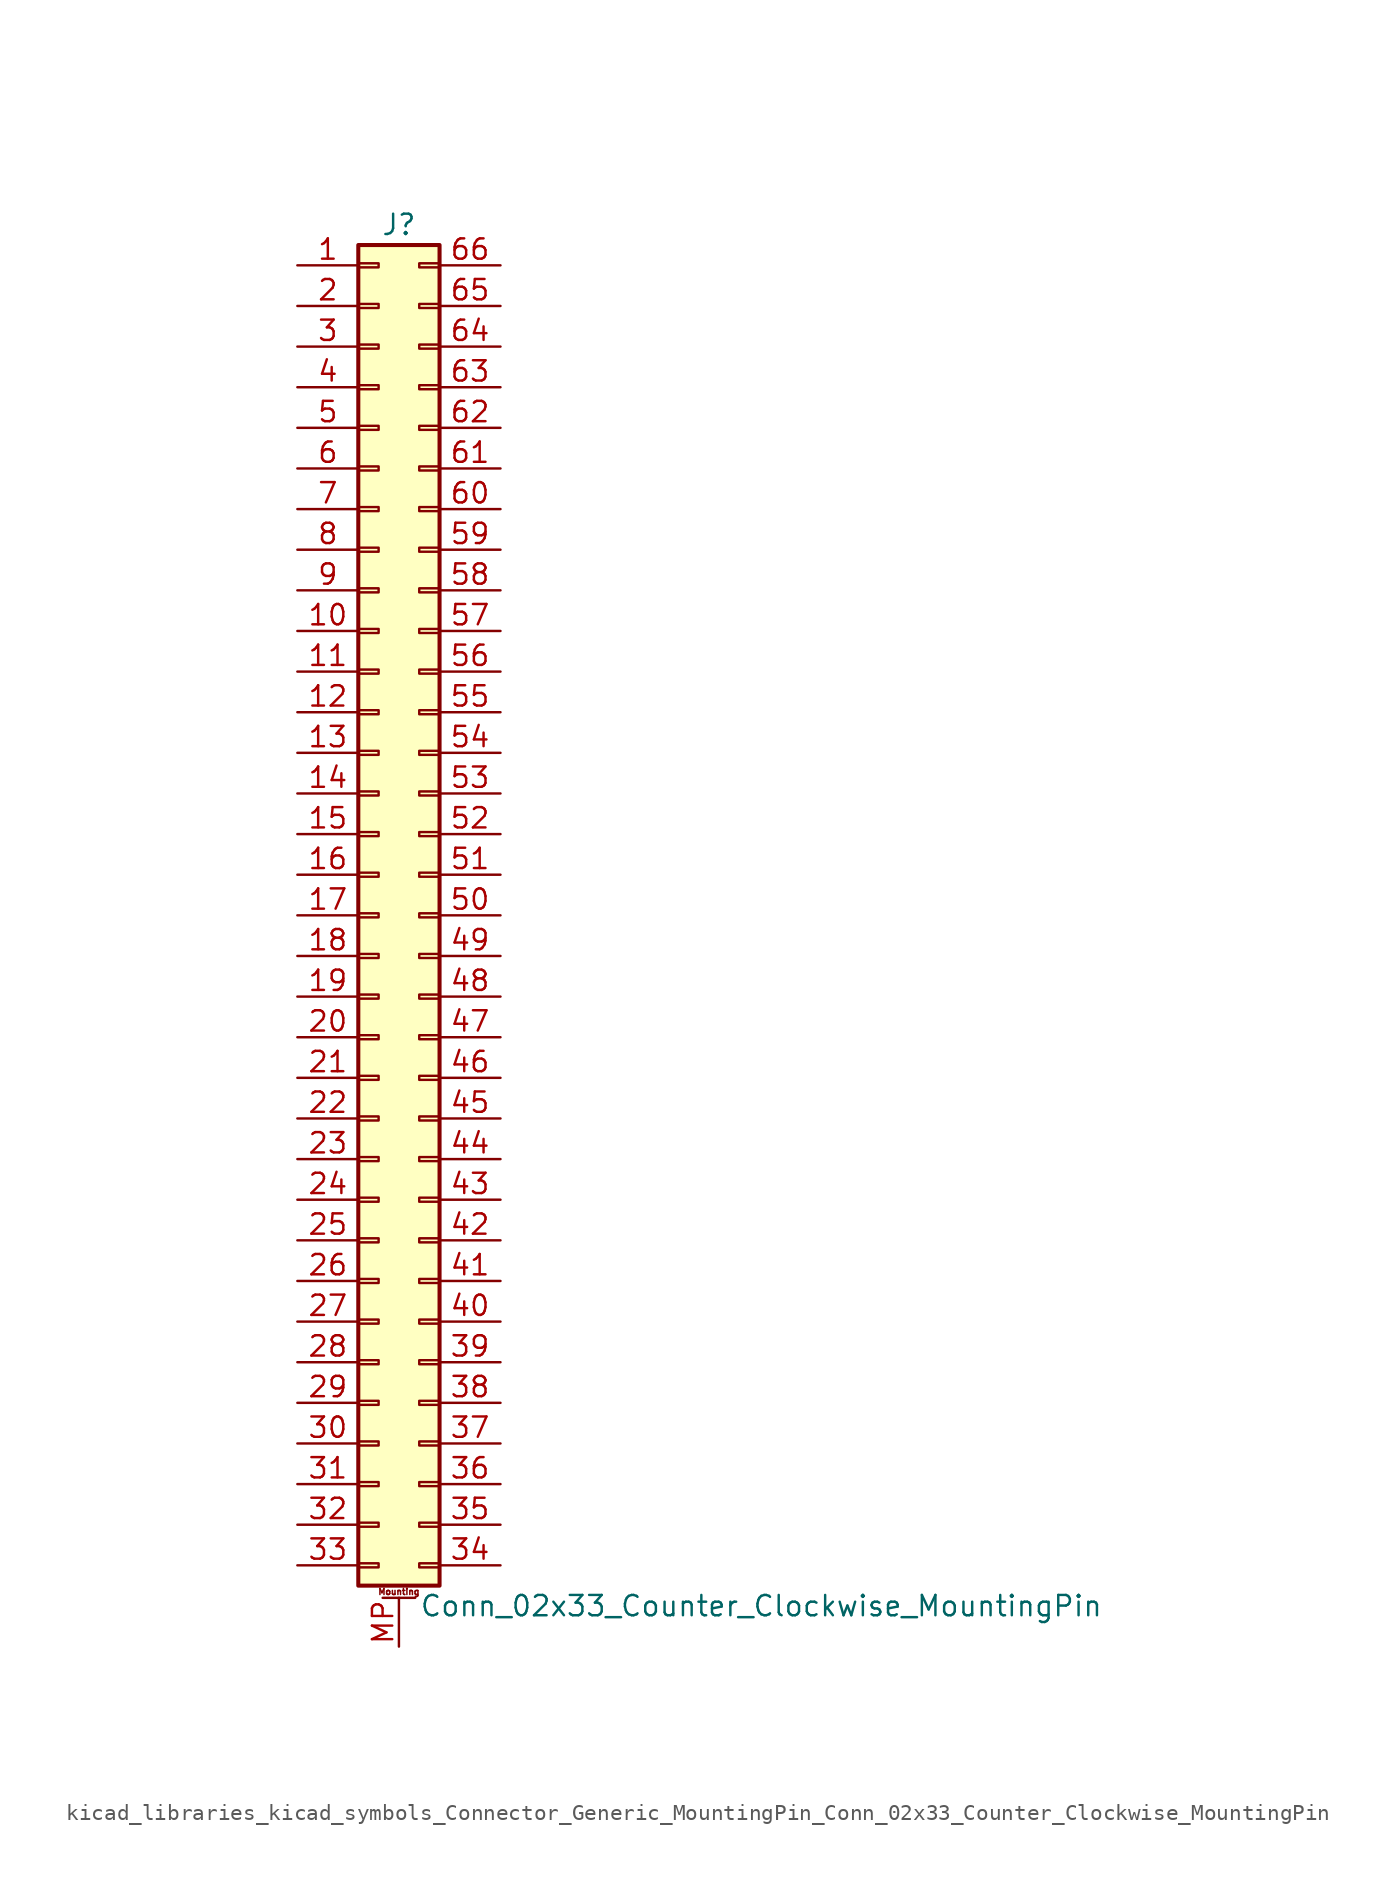
<source format=kicad_sym>
(kicad_symbol_lib
  (version 20220914)
  (generator kicad_symbol_editor)
  (symbol "kicad_libraries_kicad_symbols_Connector_Generic_MountingPin_Conn_02x33_Counter_Clockwise_MountingPin"
    (pin_names
      (offset 1.016) hide)
    (property "Reference" "J"
      (at 1.27 43.18 0)
      (effects (font (size 1.27 1.27))))
    (property "Value" "Conn_02x33_Counter_Clockwise_MountingPin"
      (at 2.54 -43.18 0)
      (effects (font (size 1.27 1.27)) (justify left)))
    (symbol "kicad_libraries_kicad_symbols_Connector_Generic_MountingPin_Conn_02x33_Counter_Clockwise_MountingPin_1_1"
      (rectangle (start -1.27 -40.513) (end 0 -40.767) (stroke (width 0.152) (type default)) (fill (type none)))
      (rectangle (start -1.27 -37.973) (end 0 -38.227) (stroke (width 0.152) (type default)) (fill (type none)))
      (rectangle (start -1.27 -35.433) (end 0 -35.687) (stroke (width 0.152) (type default)) (fill (type none)))
      (rectangle (start -1.27 -32.893) (end 0 -33.147) (stroke (width 0.152) (type default)) (fill (type none)))
      (rectangle (start -1.27 -30.353) (end 0 -30.607) (stroke (width 0.152) (type default)) (fill (type none)))
      (rectangle (start -1.27 -27.813) (end 0 -28.067) (stroke (width 0.152) (type default)) (fill (type none)))
      (rectangle (start -1.27 -25.273) (end 0 -25.527) (stroke (width 0.152) (type default)) (fill (type none)))
      (rectangle (start -1.27 -22.733) (end 0 -22.987) (stroke (width 0.152) (type default)) (fill (type none)))
      (rectangle (start -1.27 -20.193) (end 0 -20.447) (stroke (width 0.152) (type default)) (fill (type none)))
      (rectangle (start -1.27 -17.653) (end 0 -17.907) (stroke (width 0.152) (type default)) (fill (type none)))
      (rectangle (start -1.27 -15.113) (end 0 -15.367) (stroke (width 0.152) (type default)) (fill (type none)))
      (rectangle (start -1.27 -12.573) (end 0 -12.827) (stroke (width 0.152) (type default)) (fill (type none)))
      (rectangle (start -1.27 -10.033) (end 0 -10.287) (stroke (width 0.152) (type default)) (fill (type none)))
      (rectangle (start -1.27 -7.493) (end 0 -7.747) (stroke (width 0.152) (type default)) (fill (type none)))
      (rectangle (start -1.27 -4.953) (end 0 -5.207) (stroke (width 0.152) (type default)) (fill (type none)))
      (rectangle (start -1.27 -2.413) (end 0 -2.667) (stroke (width 0.152) (type default)) (fill (type none)))
      (rectangle (start -1.27 0.127) (end 0 -0.127) (stroke (width 0.152) (type default)) (fill (type none)))
      (rectangle (start -1.27 2.667) (end 0 2.413) (stroke (width 0.152) (type default)) (fill (type none)))
      (rectangle (start -1.27 5.207) (end 0 4.953) (stroke (width 0.152) (type default)) (fill (type none)))
      (rectangle (start -1.27 7.747) (end 0 7.493) (stroke (width 0.152) (type default)) (fill (type none)))
      (rectangle (start -1.27 10.287) (end 0 10.033) (stroke (width 0.152) (type default)) (fill (type none)))
      (rectangle (start -1.27 12.827) (end 0 12.573) (stroke (width 0.152) (type default)) (fill (type none)))
      (rectangle (start -1.27 15.367) (end 0 15.113) (stroke (width 0.152) (type default)) (fill (type none)))
      (rectangle (start -1.27 17.907) (end 0 17.653) (stroke (width 0.152) (type default)) (fill (type none)))
      (rectangle (start -1.27 20.447) (end 0 20.193) (stroke (width 0.152) (type default)) (fill (type none)))
      (rectangle (start -1.27 22.987) (end 0 22.733) (stroke (width 0.152) (type default)) (fill (type none)))
      (rectangle (start -1.27 25.527) (end 0 25.273) (stroke (width 0.152) (type default)) (fill (type none)))
      (rectangle (start -1.27 28.067) (end 0 27.813) (stroke (width 0.152) (type default)) (fill (type none)))
      (rectangle (start -1.27 30.607) (end 0 30.353) (stroke (width 0.152) (type default)) (fill (type none)))
      (rectangle (start -1.27 33.147) (end 0 32.893) (stroke (width 0.152) (type default)) (fill (type none)))
      (rectangle (start -1.27 35.687) (end 0 35.433) (stroke (width 0.152) (type default)) (fill (type none)))
      (rectangle (start -1.27 38.227) (end 0 37.973) (stroke (width 0.152) (type default)) (fill (type none)))
      (rectangle (start -1.27 40.767) (end 0 40.513) (stroke (width 0.152) (type default)) (fill (type none)))
      (rectangle (start -1.27 41.91) (end 3.81 -41.91) (stroke (width 0.254) (type default)) (fill (type background)))
      (polyline (pts (xy 0.254 -42.672) (xy 2.286 -42.672)) (stroke (width 0.152) (type default)) (fill (type none)))
      (rectangle (start 3.81 -40.513) (end 2.54 -40.767) (stroke (width 0.152) (type default)) (fill (type none)))
      (rectangle (start 3.81 -37.973) (end 2.54 -38.227) (stroke (width 0.152) (type default)) (fill (type none)))
      (rectangle (start 3.81 -35.433) (end 2.54 -35.687) (stroke (width 0.152) (type default)) (fill (type none)))
      (rectangle (start 3.81 -32.893) (end 2.54 -33.147) (stroke (width 0.152) (type default)) (fill (type none)))
      (rectangle (start 3.81 -30.353) (end 2.54 -30.607) (stroke (width 0.152) (type default)) (fill (type none)))
      (rectangle (start 3.81 -27.813) (end 2.54 -28.067) (stroke (width 0.152) (type default)) (fill (type none)))
      (rectangle (start 3.81 -25.273) (end 2.54 -25.527) (stroke (width 0.152) (type default)) (fill (type none)))
      (rectangle (start 3.81 -22.733) (end 2.54 -22.987) (stroke (width 0.152) (type default)) (fill (type none)))
      (rectangle (start 3.81 -20.193) (end 2.54 -20.447) (stroke (width 0.152) (type default)) (fill (type none)))
      (rectangle (start 3.81 -17.653) (end 2.54 -17.907) (stroke (width 0.152) (type default)) (fill (type none)))
      (rectangle (start 3.81 -15.113) (end 2.54 -15.367) (stroke (width 0.152) (type default)) (fill (type none)))
      (rectangle (start 3.81 -12.573) (end 2.54 -12.827) (stroke (width 0.152) (type default)) (fill (type none)))
      (rectangle (start 3.81 -10.033) (end 2.54 -10.287) (stroke (width 0.152) (type default)) (fill (type none)))
      (rectangle (start 3.81 -7.493) (end 2.54 -7.747) (stroke (width 0.152) (type default)) (fill (type none)))
      (rectangle (start 3.81 -4.953) (end 2.54 -5.207) (stroke (width 0.152) (type default)) (fill (type none)))
      (rectangle (start 3.81 -2.413) (end 2.54 -2.667) (stroke (width 0.152) (type default)) (fill (type none)))
      (rectangle (start 3.81 0.127) (end 2.54 -0.127) (stroke (width 0.152) (type default)) (fill (type none)))
      (rectangle (start 3.81 2.667) (end 2.54 2.413) (stroke (width 0.152) (type default)) (fill (type none)))
      (rectangle (start 3.81 5.207) (end 2.54 4.953) (stroke (width 0.152) (type default)) (fill (type none)))
      (rectangle (start 3.81 7.747) (end 2.54 7.493) (stroke (width 0.152) (type default)) (fill (type none)))
      (rectangle (start 3.81 10.287) (end 2.54 10.033) (stroke (width 0.152) (type default)) (fill (type none)))
      (rectangle (start 3.81 12.827) (end 2.54 12.573) (stroke (width 0.152) (type default)) (fill (type none)))
      (rectangle (start 3.81 15.367) (end 2.54 15.113) (stroke (width 0.152) (type default)) (fill (type none)))
      (rectangle (start 3.81 17.907) (end 2.54 17.653) (stroke (width 0.152) (type default)) (fill (type none)))
      (rectangle (start 3.81 20.447) (end 2.54 20.193) (stroke (width 0.152) (type default)) (fill (type none)))
      (rectangle (start 3.81 22.987) (end 2.54 22.733) (stroke (width 0.152) (type default)) (fill (type none)))
      (rectangle (start 3.81 25.527) (end 2.54 25.273) (stroke (width 0.152) (type default)) (fill (type none)))
      (rectangle (start 3.81 28.067) (end 2.54 27.813) (stroke (width 0.152) (type default)) (fill (type none)))
      (rectangle (start 3.81 30.607) (end 2.54 30.353) (stroke (width 0.152) (type default)) (fill (type none)))
      (rectangle (start 3.81 33.147) (end 2.54 32.893) (stroke (width 0.152) (type default)) (fill (type none)))
      (rectangle (start 3.81 35.687) (end 2.54 35.433) (stroke (width 0.152) (type default)) (fill (type none)))
      (rectangle (start 3.81 38.227) (end 2.54 37.973) (stroke (width 0.152) (type default)) (fill (type none)))
      (rectangle (start 3.81 40.767) (end 2.54 40.513) (stroke (width 0.152) (type default)) (fill (type none)))
      (text "Mounting" (at 1.27 -42.291 0) (effects (font (size 0.381 0.381))))
      (pin passive line (at -5.08 40.64 0) (length 3.81) (name "Pin_1" (effects (font (size 1.27 1.27)))) (number "1" (effects (font (size 1.27 1.27)))))
      (pin passive line (at -5.08 17.78 0) (length 3.81) (name "Pin_10" (effects (font (size 1.27 1.27)))) (number "10" (effects (font (size 1.27 1.27)))))
      (pin passive line (at -5.08 15.24 0) (length 3.81) (name "Pin_11" (effects (font (size 1.27 1.27)))) (number "11" (effects (font (size 1.27 1.27)))))
      (pin passive line (at -5.08 12.7 0) (length 3.81) (name "Pin_12" (effects (font (size 1.27 1.27)))) (number "12" (effects (font (size 1.27 1.27)))))
      (pin passive line (at -5.08 10.16 0) (length 3.81) (name "Pin_13" (effects (font (size 1.27 1.27)))) (number "13" (effects (font (size 1.27 1.27)))))
      (pin passive line (at -5.08 7.62 0) (length 3.81) (name "Pin_14" (effects (font (size 1.27 1.27)))) (number "14" (effects (font (size 1.27 1.27)))))
      (pin passive line (at -5.08 5.08 0) (length 3.81) (name "Pin_15" (effects (font (size 1.27 1.27)))) (number "15" (effects (font (size 1.27 1.27)))))
      (pin passive line (at -5.08 2.54 0) (length 3.81) (name "Pin_16" (effects (font (size 1.27 1.27)))) (number "16" (effects (font (size 1.27 1.27)))))
      (pin passive line (at -5.08 0 0) (length 3.81) (name "Pin_17" (effects (font (size 1.27 1.27)))) (number "17" (effects (font (size 1.27 1.27)))))
      (pin passive line (at -5.08 -2.54 0) (length 3.81) (name "Pin_18" (effects (font (size 1.27 1.27)))) (number "18" (effects (font (size 1.27 1.27)))))
      (pin passive line (at -5.08 -5.08 0) (length 3.81) (name "Pin_19" (effects (font (size 1.27 1.27)))) (number "19" (effects (font (size 1.27 1.27)))))
      (pin passive line (at -5.08 38.1 0) (length 3.81) (name "Pin_2" (effects (font (size 1.27 1.27)))) (number "2" (effects (font (size 1.27 1.27)))))
      (pin passive line (at -5.08 -7.62 0) (length 3.81) (name "Pin_20" (effects (font (size 1.27 1.27)))) (number "20" (effects (font (size 1.27 1.27)))))
      (pin passive line (at -5.08 -10.16 0) (length 3.81) (name "Pin_21" (effects (font (size 1.27 1.27)))) (number "21" (effects (font (size 1.27 1.27)))))
      (pin passive line (at -5.08 -12.7 0) (length 3.81) (name "Pin_22" (effects (font (size 1.27 1.27)))) (number "22" (effects (font (size 1.27 1.27)))))
      (pin passive line (at -5.08 -15.24 0) (length 3.81) (name "Pin_23" (effects (font (size 1.27 1.27)))) (number "23" (effects (font (size 1.27 1.27)))))
      (pin passive line (at -5.08 -17.78 0) (length 3.81) (name "Pin_24" (effects (font (size 1.27 1.27)))) (number "24" (effects (font (size 1.27 1.27)))))
      (pin passive line (at -5.08 -20.32 0) (length 3.81) (name "Pin_25" (effects (font (size 1.27 1.27)))) (number "25" (effects (font (size 1.27 1.27)))))
      (pin passive line (at -5.08 -22.86 0) (length 3.81) (name "Pin_26" (effects (font (size 1.27 1.27)))) (number "26" (effects (font (size 1.27 1.27)))))
      (pin passive line (at -5.08 -25.4 0) (length 3.81) (name "Pin_27" (effects (font (size 1.27 1.27)))) (number "27" (effects (font (size 1.27 1.27)))))
      (pin passive line (at -5.08 -27.94 0) (length 3.81) (name "Pin_28" (effects (font (size 1.27 1.27)))) (number "28" (effects (font (size 1.27 1.27)))))
      (pin passive line (at -5.08 -30.48 0) (length 3.81) (name "Pin_29" (effects (font (size 1.27 1.27)))) (number "29" (effects (font (size 1.27 1.27)))))
      (pin passive line (at -5.08 35.56 0) (length 3.81) (name "Pin_3" (effects (font (size 1.27 1.27)))) (number "3" (effects (font (size 1.27 1.27)))))
      (pin passive line (at -5.08 -33.02 0) (length 3.81) (name "Pin_30" (effects (font (size 1.27 1.27)))) (number "30" (effects (font (size 1.27 1.27)))))
      (pin passive line (at -5.08 -35.56 0) (length 3.81) (name "Pin_31" (effects (font (size 1.27 1.27)))) (number "31" (effects (font (size 1.27 1.27)))))
      (pin passive line (at -5.08 -38.1 0) (length 3.81) (name "Pin_32" (effects (font (size 1.27 1.27)))) (number "32" (effects (font (size 1.27 1.27)))))
      (pin passive line (at -5.08 -40.64 0) (length 3.81) (name "Pin_33" (effects (font (size 1.27 1.27)))) (number "33" (effects (font (size 1.27 1.27)))))
      (pin passive line (at 7.62 -40.64 180) (length 3.81) (name "Pin_34" (effects (font (size 1.27 1.27)))) (number "34" (effects (font (size 1.27 1.27)))))
      (pin passive line (at 7.62 -38.1 180) (length 3.81) (name "Pin_35" (effects (font (size 1.27 1.27)))) (number "35" (effects (font (size 1.27 1.27)))))
      (pin passive line (at 7.62 -35.56 180) (length 3.81) (name "Pin_36" (effects (font (size 1.27 1.27)))) (number "36" (effects (font (size 1.27 1.27)))))
      (pin passive line (at 7.62 -33.02 180) (length 3.81) (name "Pin_37" (effects (font (size 1.27 1.27)))) (number "37" (effects (font (size 1.27 1.27)))))
      (pin passive line (at 7.62 -30.48 180) (length 3.81) (name "Pin_38" (effects (font (size 1.27 1.27)))) (number "38" (effects (font (size 1.27 1.27)))))
      (pin passive line (at 7.62 -27.94 180) (length 3.81) (name "Pin_39" (effects (font (size 1.27 1.27)))) (number "39" (effects (font (size 1.27 1.27)))))
      (pin passive line (at -5.08 33.02 0) (length 3.81) (name "Pin_4" (effects (font (size 1.27 1.27)))) (number "4" (effects (font (size 1.27 1.27)))))
      (pin passive line (at 7.62 -25.4 180) (length 3.81) (name "Pin_40" (effects (font (size 1.27 1.27)))) (number "40" (effects (font (size 1.27 1.27)))))
      (pin passive line (at 7.62 -22.86 180) (length 3.81) (name "Pin_41" (effects (font (size 1.27 1.27)))) (number "41" (effects (font (size 1.27 1.27)))))
      (pin passive line (at 7.62 -20.32 180) (length 3.81) (name "Pin_42" (effects (font (size 1.27 1.27)))) (number "42" (effects (font (size 1.27 1.27)))))
      (pin passive line (at 7.62 -17.78 180) (length 3.81) (name "Pin_43" (effects (font (size 1.27 1.27)))) (number "43" (effects (font (size 1.27 1.27)))))
      (pin passive line (at 7.62 -15.24 180) (length 3.81) (name "Pin_44" (effects (font (size 1.27 1.27)))) (number "44" (effects (font (size 1.27 1.27)))))
      (pin passive line (at 7.62 -12.7 180) (length 3.81) (name "Pin_45" (effects (font (size 1.27 1.27)))) (number "45" (effects (font (size 1.27 1.27)))))
      (pin passive line (at 7.62 -10.16 180) (length 3.81) (name "Pin_46" (effects (font (size 1.27 1.27)))) (number "46" (effects (font (size 1.27 1.27)))))
      (pin passive line (at 7.62 -7.62 180) (length 3.81) (name "Pin_47" (effects (font (size 1.27 1.27)))) (number "47" (effects (font (size 1.27 1.27)))))
      (pin passive line (at 7.62 -5.08 180) (length 3.81) (name "Pin_48" (effects (font (size 1.27 1.27)))) (number "48" (effects (font (size 1.27 1.27)))))
      (pin passive line (at 7.62 -2.54 180) (length 3.81) (name "Pin_49" (effects (font (size 1.27 1.27)))) (number "49" (effects (font (size 1.27 1.27)))))
      (pin passive line (at -5.08 30.48 0) (length 3.81) (name "Pin_5" (effects (font (size 1.27 1.27)))) (number "5" (effects (font (size 1.27 1.27)))))
      (pin passive line (at 7.62 0 180) (length 3.81) (name "Pin_50" (effects (font (size 1.27 1.27)))) (number "50" (effects (font (size 1.27 1.27)))))
      (pin passive line (at 7.62 2.54 180) (length 3.81) (name "Pin_51" (effects (font (size 1.27 1.27)))) (number "51" (effects (font (size 1.27 1.27)))))
      (pin passive line (at 7.62 5.08 180) (length 3.81) (name "Pin_52" (effects (font (size 1.27 1.27)))) (number "52" (effects (font (size 1.27 1.27)))))
      (pin passive line (at 7.62 7.62 180) (length 3.81) (name "Pin_53" (effects (font (size 1.27 1.27)))) (number "53" (effects (font (size 1.27 1.27)))))
      (pin passive line (at 7.62 10.16 180) (length 3.81) (name "Pin_54" (effects (font (size 1.27 1.27)))) (number "54" (effects (font (size 1.27 1.27)))))
      (pin passive line (at 7.62 12.7 180) (length 3.81) (name "Pin_55" (effects (font (size 1.27 1.27)))) (number "55" (effects (font (size 1.27 1.27)))))
      (pin passive line (at 7.62 15.24 180) (length 3.81) (name "Pin_56" (effects (font (size 1.27 1.27)))) (number "56" (effects (font (size 1.27 1.27)))))
      (pin passive line (at 7.62 17.78 180) (length 3.81) (name "Pin_57" (effects (font (size 1.27 1.27)))) (number "57" (effects (font (size 1.27 1.27)))))
      (pin passive line (at 7.62 20.32 180) (length 3.81) (name "Pin_58" (effects (font (size 1.27 1.27)))) (number "58" (effects (font (size 1.27 1.27)))))
      (pin passive line (at 7.62 22.86 180) (length 3.81) (name "Pin_59" (effects (font (size 1.27 1.27)))) (number "59" (effects (font (size 1.27 1.27)))))
      (pin passive line (at -5.08 27.94 0) (length 3.81) (name "Pin_6" (effects (font (size 1.27 1.27)))) (number "6" (effects (font (size 1.27 1.27)))))
      (pin passive line (at 7.62 25.4 180) (length 3.81) (name "Pin_60" (effects (font (size 1.27 1.27)))) (number "60" (effects (font (size 1.27 1.27)))))
      (pin passive line (at 7.62 27.94 180) (length 3.81) (name "Pin_61" (effects (font (size 1.27 1.27)))) (number "61" (effects (font (size 1.27 1.27)))))
      (pin passive line (at 7.62 30.48 180) (length 3.81) (name "Pin_62" (effects (font (size 1.27 1.27)))) (number "62" (effects (font (size 1.27 1.27)))))
      (pin passive line (at 7.62 33.02 180) (length 3.81) (name "Pin_63" (effects (font (size 1.27 1.27)))) (number "63" (effects (font (size 1.27 1.27)))))
      (pin passive line (at 7.62 35.56 180) (length 3.81) (name "Pin_64" (effects (font (size 1.27 1.27)))) (number "64" (effects (font (size 1.27 1.27)))))
      (pin passive line (at 7.62 38.1 180) (length 3.81) (name "Pin_65" (effects (font (size 1.27 1.27)))) (number "65" (effects (font (size 1.27 1.27)))))
      (pin passive line (at 7.62 40.64 180) (length 3.81) (name "Pin_66" (effects (font (size 1.27 1.27)))) (number "66" (effects (font (size 1.27 1.27)))))
      (pin passive line (at -5.08 25.4 0) (length 3.81) (name "Pin_7" (effects (font (size 1.27 1.27)))) (number "7" (effects (font (size 1.27 1.27)))))
      (pin passive line (at -5.08 22.86 0) (length 3.81) (name "Pin_8" (effects (font (size 1.27 1.27)))) (number "8" (effects (font (size 1.27 1.27)))))
      (pin passive line (at -5.08 20.32 0) (length 3.81) (name "Pin_9" (effects (font (size 1.27 1.27)))) (number "9" (effects (font (size 1.27 1.27)))))
      (pin passive line (at 1.27 -45.72 90) (length 3.048) (name "MountPin" (effects (font (size 1.27 1.27)))) (number "MP" (effects (font (size 1.27 1.27))))))))
</source>
